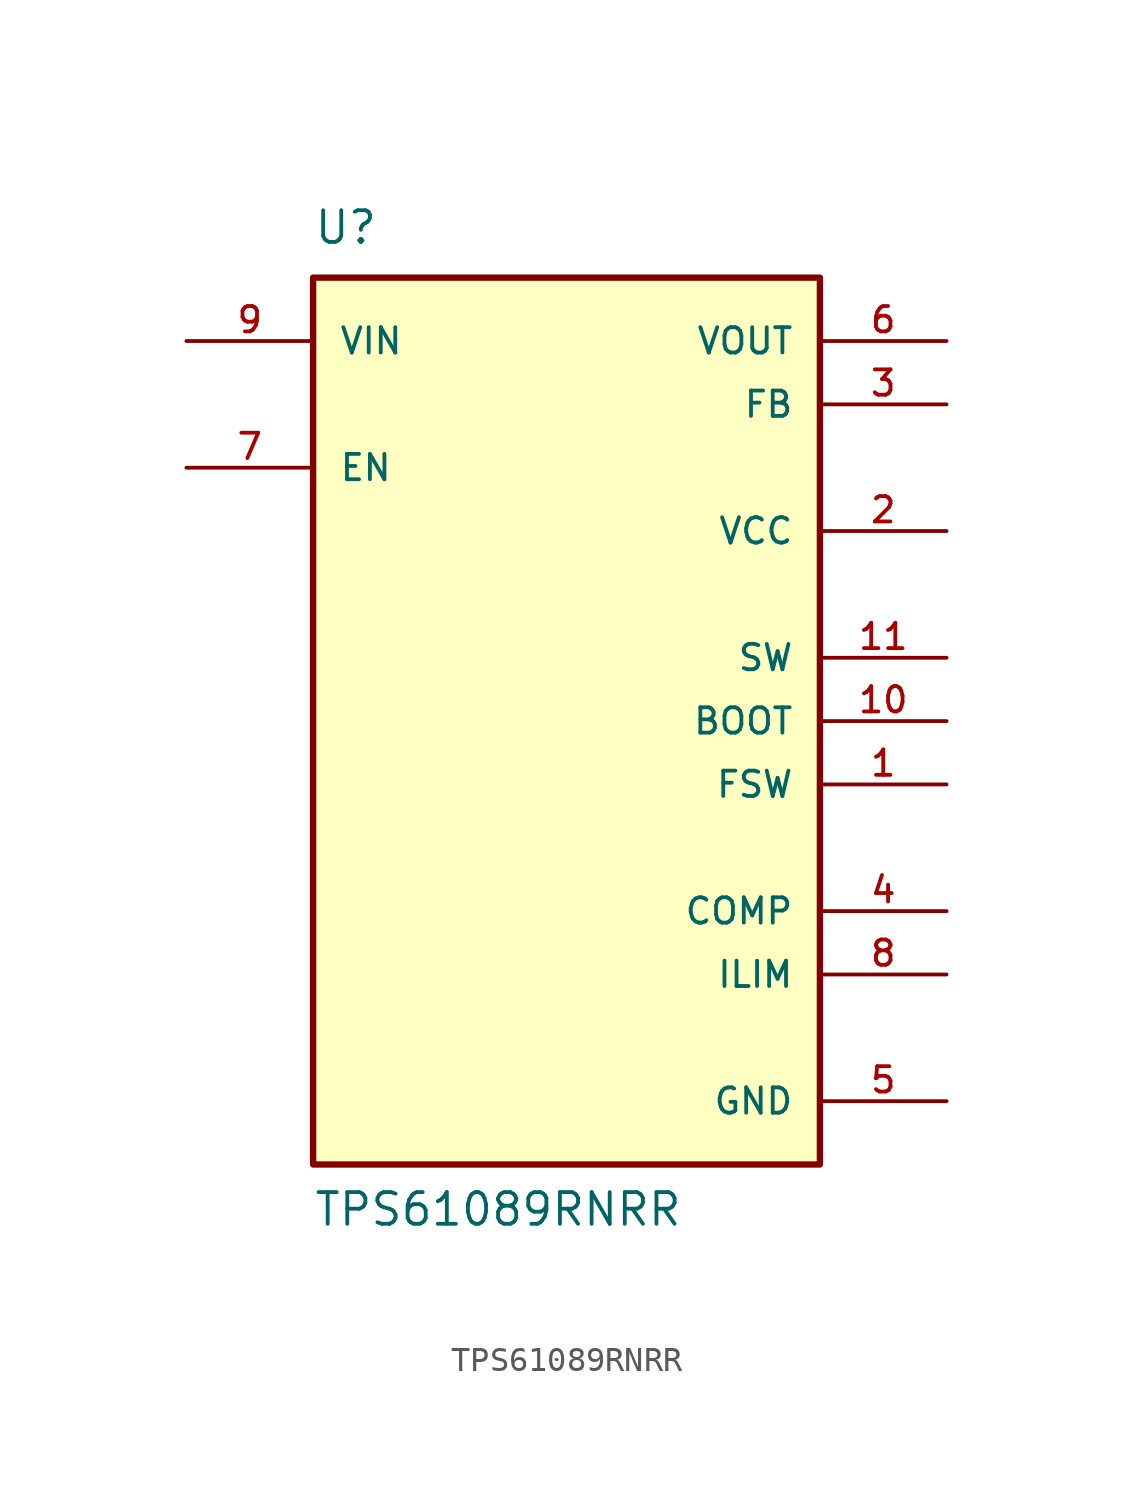
<source format=kicad_sym>
(kicad_symbol_lib
  (version 20211014)
  (generator kicad_symbol_editor)
  (symbol "TPS61089RNRR"
    (pin_names
      (offset 1.016))
    (property "Reference" "U"
      (at -10.16 19.05 0)
      (effects (font (size 1.27 1.27)) (justify bottom left)))
    (property "Value" "TPS61089RNRR"
      (at -10.16 -20.32 0)
      (effects (font (size 1.27 1.27)) (justify bottom left)))
    (symbol "TPS61089RNRR_0_0"
      (rectangle (start -10.16 -17.78) (end 10.16 17.78) (stroke (width 0.254)) (fill (type background)))
      (pin input line (at 15.24 -2.54 180.0) (length 5.08) (name "FSW" (effects (font (size 1.016 1.016)))) (number "1" (effects (font (size 1.016 1.016)))))
      (pin output line (at 15.24 7.62 180.0) (length 5.08) (name "VCC" (effects (font (size 1.016 1.016)))) (number "2" (effects (font (size 1.016 1.016)))))
      (pin input line (at 15.24 12.7 180.0) (length 5.08) (name "FB" (effects (font (size 1.016 1.016)))) (number "3" (effects (font (size 1.016 1.016)))))
      (pin output line (at 15.24 -7.62 180.0) (length 5.08) (name "COMP" (effects (font (size 1.016 1.016)))) (number "4" (effects (font (size 1.016 1.016)))))
      (pin power_in line (at 15.24 -15.24 180.0) (length 5.08) (name "GND" (effects (font (size 1.016 1.016)))) (number "5" (effects (font (size 1.016 1.016)))))
      (pin output line (at 15.24 15.24 180.0) (length 5.08) (name "VOUT" (effects (font (size 1.016 1.016)))) (number "6" (effects (font (size 1.016 1.016)))))
      (pin output line (at 15.24 -10.16 180.0) (length 5.08) (name "ILIM" (effects (font (size 1.016 1.016)))) (number "8" (effects (font (size 1.016 1.016)))))
      (pin input line (at -15.24 10.16 0) (length 5.08) (name "EN" (effects (font (size 1.016 1.016)))) (number "7" (effects (font (size 1.016 1.016)))))
      (pin input line (at -15.24 15.24 0) (length 5.08) (name "VIN" (effects (font (size 1.016 1.016)))) (number "9" (effects (font (size 1.016 1.016)))))
      (pin output line (at 15.24 0.0 180.0) (length 5.08) (name "BOOT" (effects (font (size 1.016 1.016)))) (number "10" (effects (font (size 1.016 1.016)))))
      (pin output line (at 15.24 2.54 180.0) (length 5.08) (name "SW" (effects (font (size 1.016 1.016)))) (number "11" (effects (font (size 1.016 1.016))))))))
</source>
